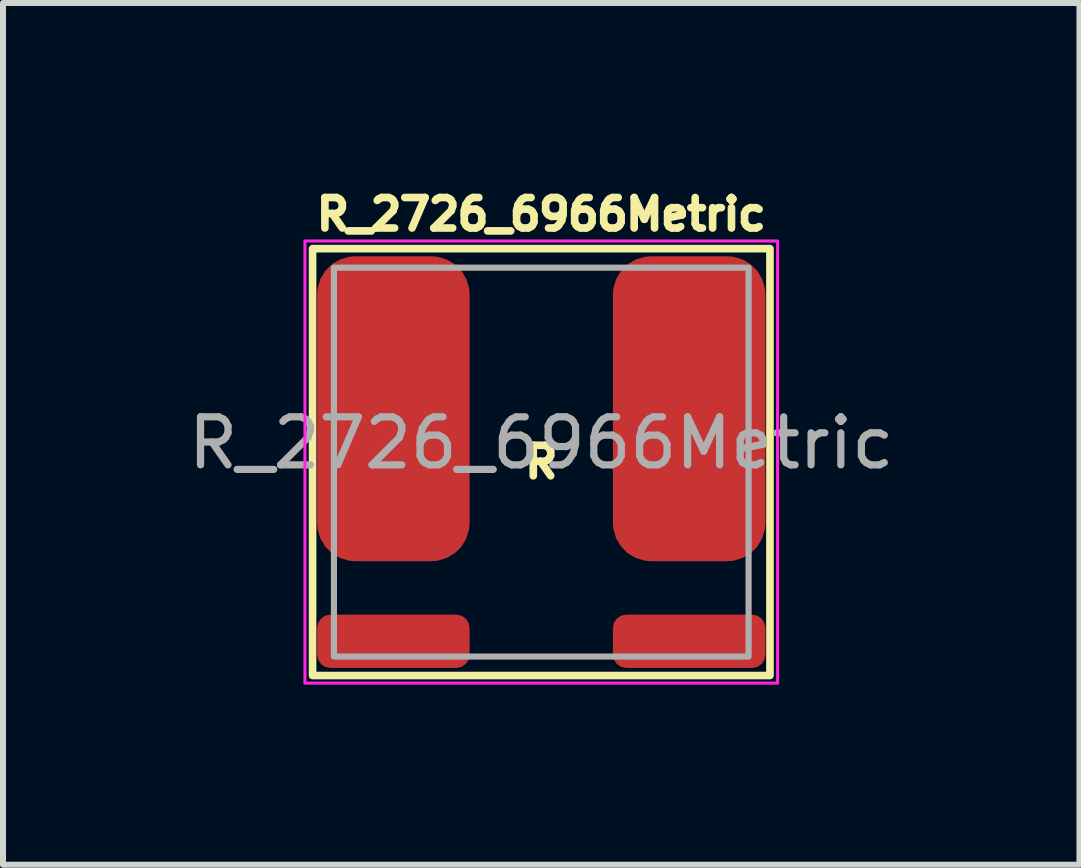
<source format=kicad_pcb>
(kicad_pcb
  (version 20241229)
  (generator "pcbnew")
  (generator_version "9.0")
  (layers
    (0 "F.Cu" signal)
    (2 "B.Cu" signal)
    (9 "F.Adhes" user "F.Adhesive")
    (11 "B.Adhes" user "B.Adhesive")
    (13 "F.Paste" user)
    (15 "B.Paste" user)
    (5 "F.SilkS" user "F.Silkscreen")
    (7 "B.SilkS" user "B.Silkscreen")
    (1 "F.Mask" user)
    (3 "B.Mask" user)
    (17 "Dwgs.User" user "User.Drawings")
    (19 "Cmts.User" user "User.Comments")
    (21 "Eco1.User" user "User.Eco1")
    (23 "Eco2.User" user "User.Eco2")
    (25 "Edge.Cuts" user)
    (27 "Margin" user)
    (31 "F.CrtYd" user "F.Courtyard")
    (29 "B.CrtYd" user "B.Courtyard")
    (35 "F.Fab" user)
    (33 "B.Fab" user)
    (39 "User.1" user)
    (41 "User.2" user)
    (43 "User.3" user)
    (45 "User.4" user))
  (footprint "R_2726_6966Metric"
    (layer "F.Cu")
    (at 5.967 4.648)
    (property "Reference" "R_2726_6966Metric" (at 0 -4.128 0) (layer "F.SilkS") (effects (font (size 0.508 0.508) (thickness 0.127))))
    (attr smd)
    (fp_rect (start -3.81 -3.556) (end 3.81 3.556) (stroke (width 0.127) (type default)) (fill no) (layer "F.SilkS"))
    (fp_rect (start -3.937 -3.683) (end 3.937 3.683) (stroke (width 0.051) (type default)) (fill no) (layer "F.CrtYd"))
    (fp_rect (start -3.454 -3.239) (end 3.454 3.239) (stroke (width 0.102) (type default)) (fill no) (layer "F.Fab"))
    (fp_text user "R" (at 0 0 0) (layer "F.SilkS") (effects (font (size 0.508 0.508) (thickness 0.127))))
    (fp_text user "${REFERENCE}" (at 0 -0.318 0) (layer "F.Fab") (effects (font (size 0.8 0.8) (thickness 0.12))))
    (pad "1" smd roundrect (at -2.464 -0.889) (size 2.54 5.08) (layers "F.Cu" "F.Mask" "F.Paste") (roundrect_rratio 0.25))
    (pad "2" smd roundrect (at 2.464 -0.889) (size 2.54 5.08) (layers "F.Cu" "F.Mask" "F.Paste") (roundrect_rratio 0.25))
    (pad "3" smd roundrect (at -2.464 2.985) (size 2.54 0.889) (layers "F.Cu" "F.Mask" "F.Paste") (roundrect_rratio 0.25))
    (pad "4" smd roundrect (at 2.464 2.985) (size 2.54 0.889) (layers "F.Cu" "F.Mask" "F.Paste") (roundrect_rratio 0.25)))
  (gr_rect
    (start -3 -3)
    (end 14.933 11.356)
    (stroke (width 0.1) (type default))
    (fill no)
    (layer "Edge.Cuts")))
</source>
